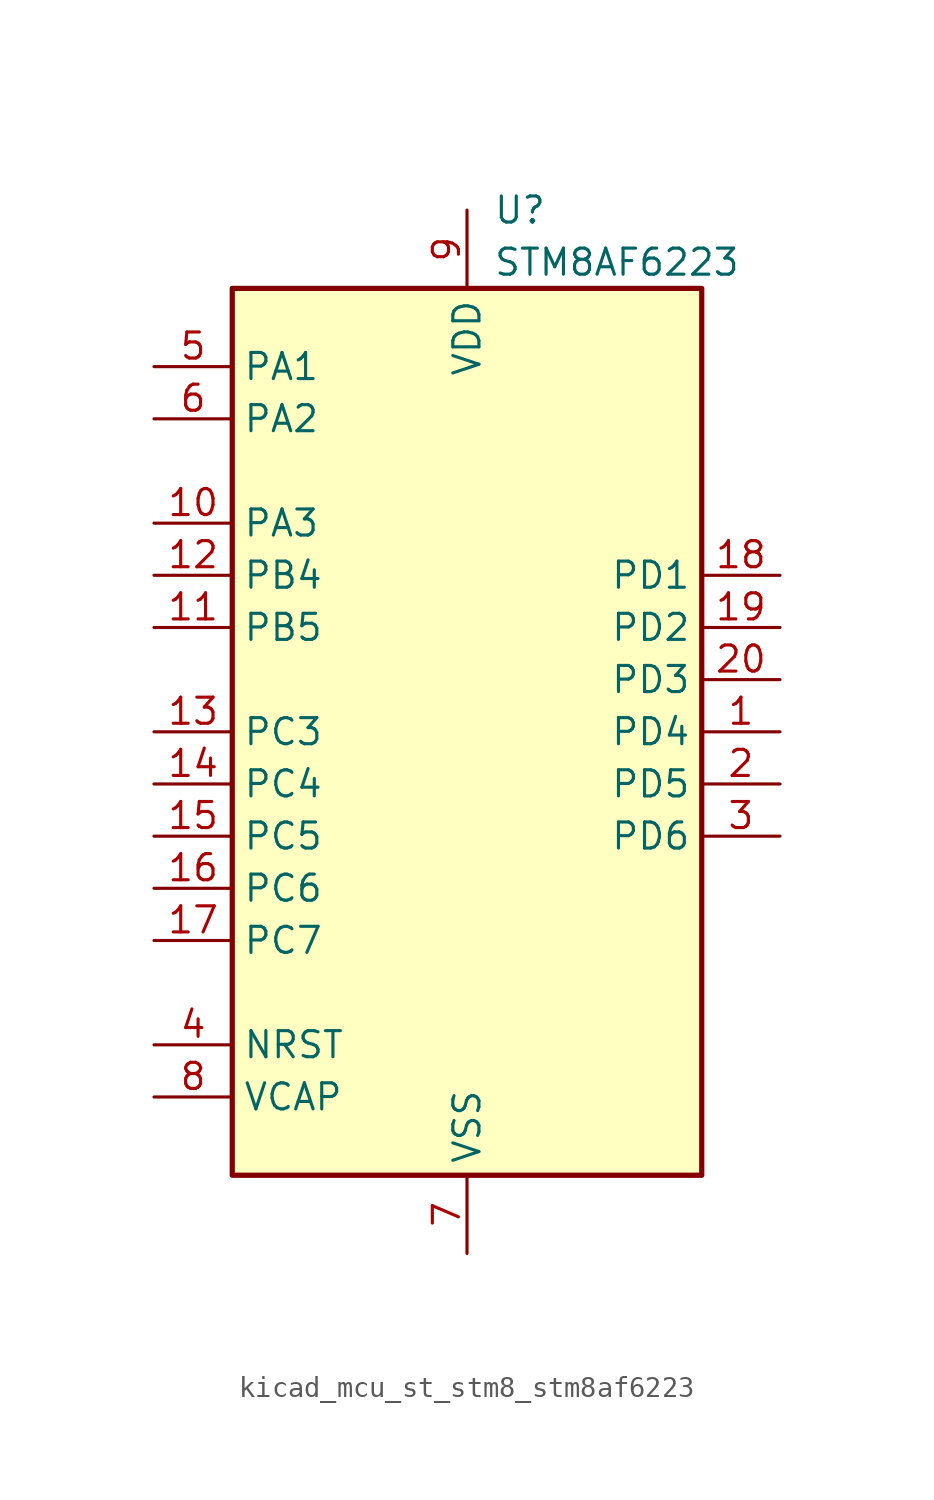
<source format=kicad_sym>
(kicad_symbol_lib
  (version 20220914)
  (generator kicad_symbol_editor)
  (symbol "kicad_mcu_st_stm8_stm8af6223"
    (property "Reference" "U"
      (at 1.27 25.4 0)
      (effects (font (size 1.27 1.27)) (justify left)))
    (property "Value" "STM8AF6223"
      (at 1.27 22.86 0)
      (effects (font (size 1.27 1.27)) (justify left)))
    (symbol "kicad_mcu_st_stm8_stm8af6223_0_1"
      (rectangle (start -11.43 21.59) (end 11.43 -21.59) (stroke (width 0.254) (type default)) (fill (type background))))
    (symbol "kicad_mcu_st_stm8_stm8af6223_1_1"
      (pin bidirectional line (at 15.24 0 180) (length 3.81) (name "PD4" (effects (font (size 1.27 1.27)))) (number "1" (effects (font (size 1.27 1.27)))))
      (pin bidirectional line (at -15.24 10.16 0) (length 3.81) (name "PA3" (effects (font (size 1.27 1.27)))) (number "10" (effects (font (size 1.27 1.27)))))
      (pin bidirectional line (at -15.24 5.08 0) (length 3.81) (name "PB5" (effects (font (size 1.27 1.27)))) (number "11" (effects (font (size 1.27 1.27)))))
      (pin bidirectional line (at -15.24 7.62 0) (length 3.81) (name "PB4" (effects (font (size 1.27 1.27)))) (number "12" (effects (font (size 1.27 1.27)))))
      (pin bidirectional line (at -15.24 0 0) (length 3.81) (name "PC3" (effects (font (size 1.27 1.27)))) (number "13" (effects (font (size 1.27 1.27)))))
      (pin bidirectional line (at -15.24 -2.54 0) (length 3.81) (name "PC4" (effects (font (size 1.27 1.27)))) (number "14" (effects (font (size 1.27 1.27)))))
      (pin bidirectional line (at -15.24 -5.08 0) (length 3.81) (name "PC5" (effects (font (size 1.27 1.27)))) (number "15" (effects (font (size 1.27 1.27)))))
      (pin bidirectional line (at -15.24 -7.62 0) (length 3.81) (name "PC6" (effects (font (size 1.27 1.27)))) (number "16" (effects (font (size 1.27 1.27)))))
      (pin bidirectional line (at -15.24 -10.16 0) (length 3.81) (name "PC7" (effects (font (size 1.27 1.27)))) (number "17" (effects (font (size 1.27 1.27)))))
      (pin bidirectional line (at 15.24 7.62 180) (length 3.81) (name "PD1" (effects (font (size 1.27 1.27)))) (number "18" (effects (font (size 1.27 1.27)))))
      (pin bidirectional line (at 15.24 5.08 180) (length 3.81) (name "PD2" (effects (font (size 1.27 1.27)))) (number "19" (effects (font (size 1.27 1.27)))))
      (pin bidirectional line (at 15.24 -2.54 180) (length 3.81) (name "PD5" (effects (font (size 1.27 1.27)))) (number "2" (effects (font (size 1.27 1.27)))))
      (pin bidirectional line (at 15.24 2.54 180) (length 3.81) (name "PD3" (effects (font (size 1.27 1.27)))) (number "20" (effects (font (size 1.27 1.27)))))
      (pin bidirectional line (at 15.24 -5.08 180) (length 3.81) (name "PD6" (effects (font (size 1.27 1.27)))) (number "3" (effects (font (size 1.27 1.27)))))
      (pin input line (at -15.24 -15.24 0) (length 3.81) (name "NRST" (effects (font (size 1.27 1.27)))) (number "4" (effects (font (size 1.27 1.27)))))
      (pin bidirectional line (at -15.24 17.78 0) (length 3.81) (name "PA1" (effects (font (size 1.27 1.27)))) (number "5" (effects (font (size 1.27 1.27)))))
      (pin bidirectional line (at -15.24 15.24 0) (length 3.81) (name "PA2" (effects (font (size 1.27 1.27)))) (number "6" (effects (font (size 1.27 1.27)))))
      (pin power_in line (at 0 -25.4 90) (length 3.81) (name "VSS" (effects (font (size 1.27 1.27)))) (number "7" (effects (font (size 1.27 1.27)))))
      (pin input line (at -15.24 -17.78 0) (length 3.81) (name "VCAP" (effects (font (size 1.27 1.27)))) (number "8" (effects (font (size 1.27 1.27)))))
      (pin power_in line (at 0 25.4 270) (length 3.81) (name "VDD" (effects (font (size 1.27 1.27)))) (number "9" (effects (font (size 1.27 1.27))))))))
</source>
